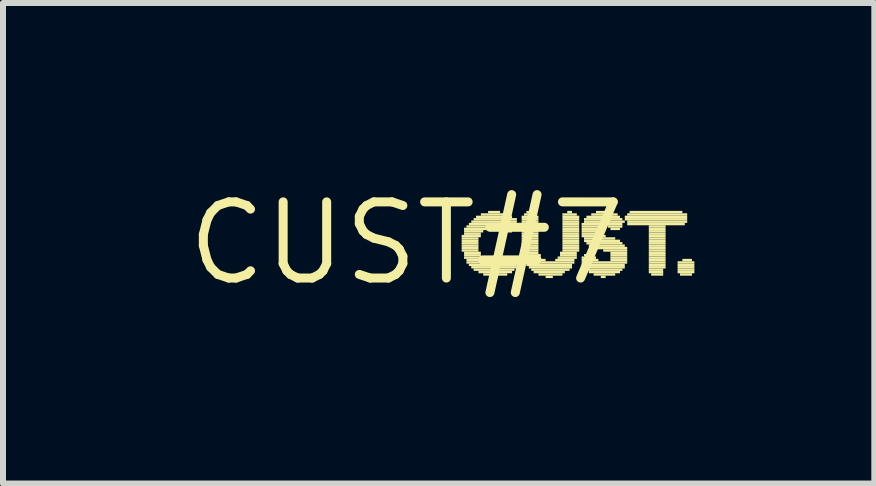
<source format=kicad_pcb>
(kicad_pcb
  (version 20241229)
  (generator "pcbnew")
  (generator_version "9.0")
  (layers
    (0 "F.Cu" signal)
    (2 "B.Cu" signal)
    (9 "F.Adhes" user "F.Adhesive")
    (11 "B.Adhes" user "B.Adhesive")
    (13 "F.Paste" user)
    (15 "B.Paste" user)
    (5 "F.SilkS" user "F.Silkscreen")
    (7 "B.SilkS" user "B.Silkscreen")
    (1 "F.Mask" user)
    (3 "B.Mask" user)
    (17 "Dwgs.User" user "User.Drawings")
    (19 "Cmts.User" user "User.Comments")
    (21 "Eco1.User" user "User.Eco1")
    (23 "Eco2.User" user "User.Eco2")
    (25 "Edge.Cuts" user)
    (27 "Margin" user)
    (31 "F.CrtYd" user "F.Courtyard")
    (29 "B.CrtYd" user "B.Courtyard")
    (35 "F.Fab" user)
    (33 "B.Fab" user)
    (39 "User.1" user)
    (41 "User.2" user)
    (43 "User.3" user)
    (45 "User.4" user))
  (footprint "CUST#7"
    (layer "F.Cu")
    (at 3.727 1.006)
    (property "Reference" "CUST#7" (at 0 0 0) (layer "F.SilkS") (effects (font (size 1.27 1.27) (thickness 0.15))))
    (fp_poly (pts (xy 0.92 -0.1) (xy 1.24 -0.1) (xy 1.24 -0.14) (xy 0.92 -0.14)) (stroke (width 0) (type solid)) (fill yes) (layer "F.SilkS"))
    (fp_poly (pts (xy 0.92 -0.06) (xy 1.2 -0.06) (xy 1.2 -0.1) (xy 0.92 -0.1)) (stroke (width 0) (type solid)) (fill yes) (layer "F.SilkS"))
    (fp_poly (pts (xy 0.92 -0.02) (xy 1.2 -0.02) (xy 1.2 -0.06) (xy 0.92 -0.06)) (stroke (width 0) (type solid)) (fill yes) (layer "F.SilkS"))
    (fp_poly (pts (xy 0.92 0.02) (xy 1.2 0.02) (xy 1.2 -0.02) (xy 0.92 -0.02)) (stroke (width 0) (type solid)) (fill yes) (layer "F.SilkS"))
    (fp_poly (pts (xy 0.92 0.06) (xy 1.2 0.06) (xy 1.2 0.02) (xy 0.92 0.02)) (stroke (width 0) (type solid)) (fill yes) (layer "F.SilkS"))
    (fp_poly (pts (xy 0.92 0.1) (xy 1.2 0.1) (xy 1.2 0.06) (xy 0.92 0.06)) (stroke (width 0) (type solid)) (fill yes) (layer "F.SilkS"))
    (fp_poly (pts (xy 0.92 0.14) (xy 1.2 0.14) (xy 1.2 0.1) (xy 0.92 0.1)) (stroke (width 0) (type solid)) (fill yes) (layer "F.SilkS"))
    (fp_poly (pts (xy 0.96 -0.22) (xy 1.36 -0.22) (xy 1.36 -0.26) (xy 0.96 -0.26)) (stroke (width 0) (type solid)) (fill yes) (layer "F.SilkS"))
    (fp_poly (pts (xy 0.96 -0.18) (xy 1.28 -0.18) (xy 1.28 -0.22) (xy 0.96 -0.22)) (stroke (width 0) (type solid)) (fill yes) (layer "F.SilkS"))
    (fp_poly (pts (xy 0.96 -0.14) (xy 1.24 -0.14) (xy 1.24 -0.18) (xy 0.96 -0.18)) (stroke (width 0) (type solid)) (fill yes) (layer "F.SilkS"))
    (fp_poly (pts (xy 0.96 0.18) (xy 1.24 0.18) (xy 1.24 0.14) (xy 0.96 0.14)) (stroke (width 0) (type solid)) (fill yes) (layer "F.SilkS"))
    (fp_poly (pts (xy 0.96 0.22) (xy 1.24 0.22) (xy 1.24 0.18) (xy 0.96 0.18)) (stroke (width 0) (type solid)) (fill yes) (layer "F.SilkS"))
    (fp_poly (pts (xy 0.96 0.26) (xy 1.32 0.26) (xy 1.32 0.22) (xy 0.96 0.22)) (stroke (width 0) (type solid)) (fill yes) (layer "F.SilkS"))
    (fp_poly (pts (xy 1 -0.26) (xy 1.84 -0.26) (xy 1.84 -0.3) (xy 1 -0.3)) (stroke (width 0) (type solid)) (fill yes) (layer "F.SilkS"))
    (fp_poly (pts (xy 1 0.3) (xy 1.4 0.3) (xy 1.4 0.26) (xy 1 0.26)) (stroke (width 0) (type solid)) (fill yes) (layer "F.SilkS"))
    (fp_poly (pts (xy 1 0.34) (xy 1.84 0.34) (xy 1.84 0.3) (xy 1 0.3)) (stroke (width 0) (type solid)) (fill yes) (layer "F.SilkS"))
    (fp_poly (pts (xy 1.04 -0.3) (xy 1.84 -0.3) (xy 1.84 -0.34) (xy 1.04 -0.34)) (stroke (width 0) (type solid)) (fill yes) (layer "F.SilkS"))
    (fp_poly (pts (xy 1.04 0.38) (xy 1.84 0.38) (xy 1.84 0.34) (xy 1.04 0.34)) (stroke (width 0) (type solid)) (fill yes) (layer "F.SilkS"))
    (fp_poly (pts (xy 1.08 -0.34) (xy 1.84 -0.34) (xy 1.84 -0.38) (xy 1.08 -0.38)) (stroke (width 0) (type solid)) (fill yes) (layer "F.SilkS"))
    (fp_poly (pts (xy 1.08 0.42) (xy 1.84 0.42) (xy 1.84 0.38) (xy 1.08 0.38)) (stroke (width 0) (type solid)) (fill yes) (layer "F.SilkS"))
    (fp_poly (pts (xy 1.12 -0.38) (xy 1.84 -0.38) (xy 1.84 -0.42) (xy 1.12 -0.42)) (stroke (width 0) (type solid)) (fill yes) (layer "F.SilkS"))
    (fp_poly (pts (xy 1.12 0.46) (xy 1.8 0.46) (xy 1.8 0.42) (xy 1.12 0.42)) (stroke (width 0) (type solid)) (fill yes) (layer "F.SilkS"))
    (fp_poly (pts (xy 1.16 -0.42) (xy 1.76 -0.42) (xy 1.76 -0.46) (xy 1.16 -0.46)) (stroke (width 0) (type solid)) (fill yes) (layer "F.SilkS"))
    (fp_poly (pts (xy 1.2 0.5) (xy 1.76 0.5) (xy 1.76 0.46) (xy 1.2 0.46)) (stroke (width 0) (type solid)) (fill yes) (layer "F.SilkS"))
    (fp_poly (pts (xy 1.24 -0.46) (xy 1.68 -0.46) (xy 1.68 -0.5) (xy 1.24 -0.5)) (stroke (width 0) (type solid)) (fill yes) (layer "F.SilkS"))
    (fp_poly (pts (xy 1.28 0.54) (xy 1.68 0.54) (xy 1.68 0.5) (xy 1.28 0.5)) (stroke (width 0) (type solid)) (fill yes) (layer "F.SilkS"))
    (fp_poly (pts (xy 1.36 -0.5) (xy 1.56 -0.5) (xy 1.56 -0.54) (xy 1.36 -0.54)) (stroke (width 0) (type solid)) (fill yes) (layer "F.SilkS"))
    (fp_poly (pts (xy 1.44 0.58) (xy 1.52 0.58) (xy 1.52 0.54) (xy 1.44 0.54)) (stroke (width 0) (type solid)) (fill yes) (layer "F.SilkS"))
    (fp_poly (pts (xy 1.56 0.3) (xy 1.8 0.3) (xy 1.8 0.26) (xy 1.56 0.26)) (stroke (width 0) (type solid)) (fill yes) (layer "F.SilkS"))
    (fp_poly (pts (xy 1.6 -0.22) (xy 1.8 -0.22) (xy 1.8 -0.26) (xy 1.6 -0.26)) (stroke (width 0) (type solid)) (fill yes) (layer "F.SilkS"))
    (fp_poly (pts (xy 1.64 -0.18) (xy 1.76 -0.18) (xy 1.76 -0.22) (xy 1.64 -0.22)) (stroke (width 0) (type solid)) (fill yes) (layer "F.SilkS"))
    (fp_poly (pts (xy 1.64 0.26) (xy 1.76 0.26) (xy 1.76 0.22) (xy 1.64 0.22)) (stroke (width 0) (type solid)) (fill yes) (layer "F.SilkS"))
    (fp_poly (pts (xy 1.92 -0.42) (xy 2.2 -0.42) (xy 2.2 -0.46) (xy 1.92 -0.46)) (stroke (width 0) (type solid)) (fill yes) (layer "F.SilkS"))
    (fp_poly (pts (xy 1.92 -0.38) (xy 2.2 -0.38) (xy 2.2 -0.42) (xy 1.92 -0.42)) (stroke (width 0) (type solid)) (fill yes) (layer "F.SilkS"))
    (fp_poly (pts (xy 1.92 -0.34) (xy 2.2 -0.34) (xy 2.2 -0.38) (xy 1.92 -0.38)) (stroke (width 0) (type solid)) (fill yes) (layer "F.SilkS"))
    (fp_poly (pts (xy 1.92 -0.3) (xy 2.2 -0.3) (xy 2.2 -0.34) (xy 1.92 -0.34)) (stroke (width 0) (type solid)) (fill yes) (layer "F.SilkS"))
    (fp_poly (pts (xy 1.92 -0.26) (xy 2.2 -0.26) (xy 2.2 -0.3) (xy 1.92 -0.3)) (stroke (width 0) (type solid)) (fill yes) (layer "F.SilkS"))
    (fp_poly (pts (xy 1.92 -0.22) (xy 2.2 -0.22) (xy 2.2 -0.26) (xy 1.92 -0.26)) (stroke (width 0) (type solid)) (fill yes) (layer "F.SilkS"))
    (fp_poly (pts (xy 1.92 -0.18) (xy 2.2 -0.18) (xy 2.2 -0.22) (xy 1.92 -0.22)) (stroke (width 0) (type solid)) (fill yes) (layer "F.SilkS"))
    (fp_poly (pts (xy 1.92 -0.14) (xy 2.2 -0.14) (xy 2.2 -0.18) (xy 1.92 -0.18)) (stroke (width 0) (type solid)) (fill yes) (layer "F.SilkS"))
    (fp_poly (pts (xy 1.92 -0.1) (xy 2.2 -0.1) (xy 2.2 -0.14) (xy 1.92 -0.14)) (stroke (width 0) (type solid)) (fill yes) (layer "F.SilkS"))
    (fp_poly (pts (xy 1.92 -0.06) (xy 2.2 -0.06) (xy 2.2 -0.1) (xy 1.92 -0.1)) (stroke (width 0) (type solid)) (fill yes) (layer "F.SilkS"))
    (fp_poly (pts (xy 1.92 -0.02) (xy 2.2 -0.02) (xy 2.2 -0.06) (xy 1.92 -0.06)) (stroke (width 0) (type solid)) (fill yes) (layer "F.SilkS"))
    (fp_poly (pts (xy 1.92 0.02) (xy 2.2 0.02) (xy 2.2 -0.02) (xy 1.92 -0.02)) (stroke (width 0) (type solid)) (fill yes) (layer "F.SilkS"))
    (fp_poly (pts (xy 1.92 0.06) (xy 2.2 0.06) (xy 2.2 0.02) (xy 1.92 0.02)) (stroke (width 0) (type solid)) (fill yes) (layer "F.SilkS"))
    (fp_poly (pts (xy 1.92 0.1) (xy 2.2 0.1) (xy 2.2 0.06) (xy 1.92 0.06)) (stroke (width 0) (type solid)) (fill yes) (layer "F.SilkS"))
    (fp_poly (pts (xy 1.92 0.14) (xy 2.2 0.14) (xy 2.2 0.1) (xy 1.92 0.1)) (stroke (width 0) (type solid)) (fill yes) (layer "F.SilkS"))
    (fp_poly (pts (xy 1.92 0.18) (xy 2.2 0.18) (xy 2.2 0.14) (xy 1.92 0.14)) (stroke (width 0) (type solid)) (fill yes) (layer "F.SilkS"))
    (fp_poly (pts (xy 1.96 -0.46) (xy 2.16 -0.46) (xy 2.16 -0.5) (xy 1.96 -0.5)) (stroke (width 0) (type solid)) (fill yes) (layer "F.SilkS"))
    (fp_poly (pts (xy 1.96 0.22) (xy 2.24 0.22) (xy 2.24 0.18) (xy 1.96 0.18)) (stroke (width 0) (type solid)) (fill yes) (layer "F.SilkS"))
    (fp_poly (pts (xy 1.96 0.26) (xy 2.24 0.26) (xy 2.24 0.22) (xy 1.96 0.22)) (stroke (width 0) (type solid)) (fill yes) (layer "F.SilkS"))
    (fp_poly (pts (xy 1.96 0.3) (xy 2.32 0.3) (xy 2.32 0.26) (xy 1.96 0.26)) (stroke (width 0) (type solid)) (fill yes) (layer "F.SilkS"))
    (fp_poly (pts (xy 2 -0.5) (xy 2.12 -0.5) (xy 2.12 -0.54) (xy 2 -0.54)) (stroke (width 0) (type solid)) (fill yes) (layer "F.SilkS"))
    (fp_poly (pts (xy 2 0.34) (xy 2.8 0.34) (xy 2.8 0.3) (xy 2 0.3)) (stroke (width 0) (type solid)) (fill yes) (layer "F.SilkS"))
    (fp_poly (pts (xy 2 0.38) (xy 2.76 0.38) (xy 2.76 0.34) (xy 2 0.34)) (stroke (width 0) (type solid)) (fill yes) (layer "F.SilkS"))
    (fp_poly (pts (xy 2.04 0.42) (xy 2.76 0.42) (xy 2.76 0.38) (xy 2.04 0.38)) (stroke (width 0) (type solid)) (fill yes) (layer "F.SilkS"))
    (fp_poly (pts (xy 2.08 0.46) (xy 2.72 0.46) (xy 2.72 0.42) (xy 2.08 0.42)) (stroke (width 0) (type solid)) (fill yes) (layer "F.SilkS"))
    (fp_poly (pts (xy 2.12 0.5) (xy 2.64 0.5) (xy 2.64 0.46) (xy 2.12 0.46)) (stroke (width 0) (type solid)) (fill yes) (layer "F.SilkS"))
    (fp_poly (pts (xy 2.2 0.54) (xy 2.6 0.54) (xy 2.6 0.5) (xy 2.2 0.5)) (stroke (width 0) (type solid)) (fill yes) (layer "F.SilkS"))
    (fp_poly (pts (xy 2.32 0.58) (xy 2.44 0.58) (xy 2.44 0.54) (xy 2.32 0.54)) (stroke (width 0) (type solid)) (fill yes) (layer "F.SilkS"))
    (fp_poly (pts (xy 2.48 0.3) (xy 2.8 0.3) (xy 2.8 0.26) (xy 2.48 0.26)) (stroke (width 0) (type solid)) (fill yes) (layer "F.SilkS"))
    (fp_poly (pts (xy 2.52 0.26) (xy 2.84 0.26) (xy 2.84 0.22) (xy 2.52 0.22)) (stroke (width 0) (type solid)) (fill yes) (layer "F.SilkS"))
    (fp_poly (pts (xy 2.56 0.18) (xy 2.84 0.18) (xy 2.84 0.14) (xy 2.56 0.14)) (stroke (width 0) (type solid)) (fill yes) (layer "F.SilkS"))
    (fp_poly (pts (xy 2.56 0.22) (xy 2.84 0.22) (xy 2.84 0.18) (xy 2.56 0.18)) (stroke (width 0) (type solid)) (fill yes) (layer "F.SilkS"))
    (fp_poly (pts (xy 2.6 -0.46) (xy 2.84 -0.46) (xy 2.84 -0.5) (xy 2.6 -0.5)) (stroke (width 0) (type solid)) (fill yes) (layer "F.SilkS"))
    (fp_poly (pts (xy 2.6 -0.42) (xy 2.88 -0.42) (xy 2.88 -0.46) (xy 2.6 -0.46)) (stroke (width 0) (type solid)) (fill yes) (layer "F.SilkS"))
    (fp_poly (pts (xy 2.6 -0.38) (xy 2.88 -0.38) (xy 2.88 -0.42) (xy 2.6 -0.42)) (stroke (width 0) (type solid)) (fill yes) (layer "F.SilkS"))
    (fp_poly (pts (xy 2.6 -0.34) (xy 2.88 -0.34) (xy 2.88 -0.38) (xy 2.6 -0.38)) (stroke (width 0) (type solid)) (fill yes) (layer "F.SilkS"))
    (fp_poly (pts (xy 2.6 -0.3) (xy 2.88 -0.3) (xy 2.88 -0.34) (xy 2.6 -0.34)) (stroke (width 0) (type solid)) (fill yes) (layer "F.SilkS"))
    (fp_poly (pts (xy 2.6 -0.26) (xy 2.88 -0.26) (xy 2.88 -0.3) (xy 2.6 -0.3)) (stroke (width 0) (type solid)) (fill yes) (layer "F.SilkS"))
    (fp_poly (pts (xy 2.6 -0.22) (xy 2.88 -0.22) (xy 2.88 -0.26) (xy 2.6 -0.26)) (stroke (width 0) (type solid)) (fill yes) (layer "F.SilkS"))
    (fp_poly (pts (xy 2.6 -0.18) (xy 2.88 -0.18) (xy 2.88 -0.22) (xy 2.6 -0.22)) (stroke (width 0) (type solid)) (fill yes) (layer "F.SilkS"))
    (fp_poly (pts (xy 2.6 -0.14) (xy 2.88 -0.14) (xy 2.88 -0.18) (xy 2.6 -0.18)) (stroke (width 0) (type solid)) (fill yes) (layer "F.SilkS"))
    (fp_poly (pts (xy 2.6 -0.1) (xy 2.88 -0.1) (xy 2.88 -0.14) (xy 2.6 -0.14)) (stroke (width 0) (type solid)) (fill yes) (layer "F.SilkS"))
    (fp_poly (pts (xy 2.6 -0.06) (xy 2.88 -0.06) (xy 2.88 -0.1) (xy 2.6 -0.1)) (stroke (width 0) (type solid)) (fill yes) (layer "F.SilkS"))
    (fp_poly (pts (xy 2.6 -0.02) (xy 2.88 -0.02) (xy 2.88 -0.06) (xy 2.6 -0.06)) (stroke (width 0) (type solid)) (fill yes) (layer "F.SilkS"))
    (fp_poly (pts (xy 2.6 0.02) (xy 2.88 0.02) (xy 2.88 -0.02) (xy 2.6 -0.02)) (stroke (width 0) (type solid)) (fill yes) (layer "F.SilkS"))
    (fp_poly (pts (xy 2.6 0.06) (xy 2.88 0.06) (xy 2.88 0.02) (xy 2.6 0.02)) (stroke (width 0) (type solid)) (fill yes) (layer "F.SilkS"))
    (fp_poly (pts (xy 2.6 0.1) (xy 2.88 0.1) (xy 2.88 0.06) (xy 2.6 0.06)) (stroke (width 0) (type solid)) (fill yes) (layer "F.SilkS"))
    (fp_poly (pts (xy 2.6 0.14) (xy 2.88 0.14) (xy 2.88 0.1) (xy 2.6 0.1)) (stroke (width 0) (type solid)) (fill yes) (layer "F.SilkS"))
    (fp_poly (pts (xy 2.68 -0.5) (xy 2.76 -0.5) (xy 2.76 -0.54) (xy 2.68 -0.54)) (stroke (width 0) (type solid)) (fill yes) (layer "F.SilkS"))
    (fp_poly (pts (xy 2.92 -0.3) (xy 3.6 -0.3) (xy 3.6 -0.34) (xy 2.92 -0.34)) (stroke (width 0) (type solid)) (fill yes) (layer "F.SilkS"))
    (fp_poly (pts (xy 2.92 -0.26) (xy 3.24 -0.26) (xy 3.24 -0.3) (xy 2.92 -0.3)) (stroke (width 0) (type solid)) (fill yes) (layer "F.SilkS"))
    (fp_poly (pts (xy 2.92 -0.22) (xy 3.2 -0.22) (xy 3.2 -0.26) (xy 2.92 -0.26)) (stroke (width 0) (type solid)) (fill yes) (layer "F.SilkS"))
    (fp_poly (pts (xy 2.92 -0.18) (xy 3.2 -0.18) (xy 3.2 -0.22) (xy 2.92 -0.22)) (stroke (width 0) (type solid)) (fill yes) (layer "F.SilkS"))
    (fp_poly (pts (xy 2.92 -0.14) (xy 3.2 -0.14) (xy 3.2 -0.18) (xy 2.92 -0.18)) (stroke (width 0) (type solid)) (fill yes) (layer "F.SilkS"))
    (fp_poly (pts (xy 2.92 -0.1) (xy 3.32 -0.1) (xy 3.32 -0.14) (xy 2.92 -0.14)) (stroke (width 0) (type solid)) (fill yes) (layer "F.SilkS"))
    (fp_poly (pts (xy 2.92 0.26) (xy 3.16 0.26) (xy 3.16 0.22) (xy 2.92 0.22)) (stroke (width 0) (type solid)) (fill yes) (layer "F.SilkS"))
    (fp_poly (pts (xy 2.92 0.3) (xy 3.2 0.3) (xy 3.2 0.26) (xy 2.92 0.26)) (stroke (width 0) (type solid)) (fill yes) (layer "F.SilkS"))
    (fp_poly (pts (xy 2.92 0.34) (xy 3.68 0.34) (xy 3.68 0.3) (xy 2.92 0.3)) (stroke (width 0) (type solid)) (fill yes) (layer "F.SilkS"))
    (fp_poly (pts (xy 2.92 0.38) (xy 3.64 0.38) (xy 3.64 0.34) (xy 2.92 0.34)) (stroke (width 0) (type solid)) (fill yes) (layer "F.SilkS"))
    (fp_poly (pts (xy 2.96 -0.38) (xy 3.6 -0.38) (xy 3.6 -0.42) (xy 2.96 -0.42)) (stroke (width 0) (type solid)) (fill yes) (layer "F.SilkS"))
    (fp_poly (pts (xy 2.96 -0.34) (xy 3.64 -0.34) (xy 3.64 -0.38) (xy 2.96 -0.38)) (stroke (width 0) (type solid)) (fill yes) (layer "F.SilkS"))
    (fp_poly (pts (xy 2.96 -0.06) (xy 3.48 -0.06) (xy 3.48 -0.1) (xy 2.96 -0.1)) (stroke (width 0) (type solid)) (fill yes) (layer "F.SilkS"))
    (fp_poly (pts (xy 2.96 -0.02) (xy 3.56 -0.02) (xy 3.56 -0.06) (xy 2.96 -0.06)) (stroke (width 0) (type solid)) (fill yes) (layer "F.SilkS"))
    (fp_poly (pts (xy 2.96 0.22) (xy 3.12 0.22) (xy 3.12 0.18) (xy 2.96 0.18)) (stroke (width 0) (type solid)) (fill yes) (layer "F.SilkS"))
    (fp_poly (pts (xy 2.96 0.42) (xy 3.64 0.42) (xy 3.64 0.38) (xy 2.96 0.38)) (stroke (width 0) (type solid)) (fill yes) (layer "F.SilkS"))
    (fp_poly (pts (xy 3 -0.42) (xy 3.56 -0.42) (xy 3.56 -0.46) (xy 3 -0.46)) (stroke (width 0) (type solid)) (fill yes) (layer "F.SilkS"))
    (fp_poly (pts (xy 3 0.02) (xy 3.6 0.02) (xy 3.6 -0.02) (xy 3 -0.02)) (stroke (width 0) (type solid)) (fill yes) (layer "F.SilkS"))
    (fp_poly (pts (xy 3 0.46) (xy 3.6 0.46) (xy 3.6 0.42) (xy 3 0.42)) (stroke (width 0) (type solid)) (fill yes) (layer "F.SilkS"))
    (fp_poly (pts (xy 3.04 0.06) (xy 3.64 0.06) (xy 3.64 0.02) (xy 3.04 0.02)) (stroke (width 0) (type solid)) (fill yes) (layer "F.SilkS"))
    (fp_poly (pts (xy 3.04 0.5) (xy 3.56 0.5) (xy 3.56 0.46) (xy 3.04 0.46)) (stroke (width 0) (type solid)) (fill yes) (layer "F.SilkS"))
    (fp_poly (pts (xy 3.08 -0.46) (xy 3.52 -0.46) (xy 3.52 -0.5) (xy 3.08 -0.5)) (stroke (width 0) (type solid)) (fill yes) (layer "F.SilkS"))
    (fp_poly (pts (xy 3.12 0.1) (xy 3.68 0.1) (xy 3.68 0.06) (xy 3.12 0.06)) (stroke (width 0) (type solid)) (fill yes) (layer "F.SilkS"))
    (fp_poly (pts (xy 3.12 0.54) (xy 3.48 0.54) (xy 3.48 0.5) (xy 3.12 0.5)) (stroke (width 0) (type solid)) (fill yes) (layer "F.SilkS"))
    (fp_poly (pts (xy 3.16 -0.5) (xy 3.44 -0.5) (xy 3.44 -0.54) (xy 3.16 -0.54)) (stroke (width 0) (type solid)) (fill yes) (layer "F.SilkS"))
    (fp_poly (pts (xy 3.24 0.58) (xy 3.32 0.58) (xy 3.32 0.54) (xy 3.24 0.54)) (stroke (width 0) (type solid)) (fill yes) (layer "F.SilkS"))
    (fp_poly (pts (xy 3.28 0.14) (xy 3.68 0.14) (xy 3.68 0.1) (xy 3.28 0.1)) (stroke (width 0) (type solid)) (fill yes) (layer "F.SilkS"))
    (fp_poly (pts (xy 3.36 -0.26) (xy 3.6 -0.26) (xy 3.6 -0.3) (xy 3.36 -0.3)) (stroke (width 0) (type solid)) (fill yes) (layer "F.SilkS"))
    (fp_poly (pts (xy 3.4 -0.22) (xy 3.56 -0.22) (xy 3.56 -0.26) (xy 3.4 -0.26)) (stroke (width 0) (type solid)) (fill yes) (layer "F.SilkS"))
    (fp_poly (pts (xy 3.4 0.18) (xy 3.68 0.18) (xy 3.68 0.14) (xy 3.4 0.14)) (stroke (width 0) (type solid)) (fill yes) (layer "F.SilkS"))
    (fp_poly (pts (xy 3.4 0.22) (xy 3.68 0.22) (xy 3.68 0.18) (xy 3.4 0.18)) (stroke (width 0) (type solid)) (fill yes) (layer "F.SilkS"))
    (fp_poly (pts (xy 3.4 0.26) (xy 3.68 0.26) (xy 3.68 0.22) (xy 3.4 0.22)) (stroke (width 0) (type solid)) (fill yes) (layer "F.SilkS"))
    (fp_poly (pts (xy 3.4 0.3) (xy 3.68 0.3) (xy 3.68 0.26) (xy 3.4 0.26)) (stroke (width 0) (type solid)) (fill yes) (layer "F.SilkS"))
    (fp_poly (pts (xy 3.64 -0.42) (xy 4.68 -0.42) (xy 4.68 -0.46) (xy 3.64 -0.46)) (stroke (width 0) (type solid)) (fill yes) (layer "F.SilkS"))
    (fp_poly (pts (xy 3.64 -0.38) (xy 4.68 -0.38) (xy 4.68 -0.42) (xy 3.64 -0.42)) (stroke (width 0) (type solid)) (fill yes) (layer "F.SilkS"))
    (fp_poly (pts (xy 3.68 -0.46) (xy 4.68 -0.46) (xy 4.68 -0.5) (xy 3.68 -0.5)) (stroke (width 0) (type solid)) (fill yes) (layer "F.SilkS"))
    (fp_poly (pts (xy 3.68 -0.34) (xy 4.68 -0.34) (xy 4.68 -0.38) (xy 3.68 -0.38)) (stroke (width 0) (type solid)) (fill yes) (layer "F.SilkS"))
    (fp_poly (pts (xy 3.68 -0.3) (xy 4.64 -0.3) (xy 4.64 -0.34) (xy 3.68 -0.34)) (stroke (width 0) (type solid)) (fill yes) (layer "F.SilkS"))
    (fp_poly (pts (xy 3.72 -0.5) (xy 4.6 -0.5) (xy 4.6 -0.54) (xy 3.72 -0.54)) (stroke (width 0) (type solid)) (fill yes) (layer "F.SilkS"))
    (fp_poly (pts (xy 4.04 -0.26) (xy 4.32 -0.26) (xy 4.32 -0.3) (xy 4.04 -0.3)) (stroke (width 0) (type solid)) (fill yes) (layer "F.SilkS"))
    (fp_poly (pts (xy 4.04 -0.22) (xy 4.32 -0.22) (xy 4.32 -0.26) (xy 4.04 -0.26)) (stroke (width 0) (type solid)) (fill yes) (layer "F.SilkS"))
    (fp_poly (pts (xy 4.04 -0.18) (xy 4.32 -0.18) (xy 4.32 -0.22) (xy 4.04 -0.22)) (stroke (width 0) (type solid)) (fill yes) (layer "F.SilkS"))
    (fp_poly (pts (xy 4.04 -0.14) (xy 4.32 -0.14) (xy 4.32 -0.18) (xy 4.04 -0.18)) (stroke (width 0) (type solid)) (fill yes) (layer "F.SilkS"))
    (fp_poly (pts (xy 4.04 -0.1) (xy 4.32 -0.1) (xy 4.32 -0.14) (xy 4.04 -0.14)) (stroke (width 0) (type solid)) (fill yes) (layer "F.SilkS"))
    (fp_poly (pts (xy 4.04 -0.06) (xy 4.32 -0.06) (xy 4.32 -0.1) (xy 4.04 -0.1)) (stroke (width 0) (type solid)) (fill yes) (layer "F.SilkS"))
    (fp_poly (pts (xy 4.04 -0.02) (xy 4.32 -0.02) (xy 4.32 -0.06) (xy 4.04 -0.06)) (stroke (width 0) (type solid)) (fill yes) (layer "F.SilkS"))
    (fp_poly (pts (xy 4.04 0.02) (xy 4.32 0.02) (xy 4.32 -0.02) (xy 4.04 -0.02)) (stroke (width 0) (type solid)) (fill yes) (layer "F.SilkS"))
    (fp_poly (pts (xy 4.04 0.06) (xy 4.32 0.06) (xy 4.32 0.02) (xy 4.04 0.02)) (stroke (width 0) (type solid)) (fill yes) (layer "F.SilkS"))
    (fp_poly (pts (xy 4.04 0.1) (xy 4.32 0.1) (xy 4.32 0.06) (xy 4.04 0.06)) (stroke (width 0) (type solid)) (fill yes) (layer "F.SilkS"))
    (fp_poly (pts (xy 4.04 0.14) (xy 4.32 0.14) (xy 4.32 0.1) (xy 4.04 0.1)) (stroke (width 0) (type solid)) (fill yes) (layer "F.SilkS"))
    (fp_poly (pts (xy 4.04 0.18) (xy 4.32 0.18) (xy 4.32 0.14) (xy 4.04 0.14)) (stroke (width 0) (type solid)) (fill yes) (layer "F.SilkS"))
    (fp_poly (pts (xy 4.04 0.22) (xy 4.32 0.22) (xy 4.32 0.18) (xy 4.04 0.18)) (stroke (width 0) (type solid)) (fill yes) (layer "F.SilkS"))
    (fp_poly (pts (xy 4.04 0.26) (xy 4.32 0.26) (xy 4.32 0.22) (xy 4.04 0.22)) (stroke (width 0) (type solid)) (fill yes) (layer "F.SilkS"))
    (fp_poly (pts (xy 4.04 0.3) (xy 4.32 0.3) (xy 4.32 0.26) (xy 4.04 0.26)) (stroke (width 0) (type solid)) (fill yes) (layer "F.SilkS"))
    (fp_poly (pts (xy 4.04 0.34) (xy 4.32 0.34) (xy 4.32 0.3) (xy 4.04 0.3)) (stroke (width 0) (type solid)) (fill yes) (layer "F.SilkS"))
    (fp_poly (pts (xy 4.04 0.38) (xy 4.32 0.38) (xy 4.32 0.34) (xy 4.04 0.34)) (stroke (width 0) (type solid)) (fill yes) (layer "F.SilkS"))
    (fp_poly (pts (xy 4.04 0.42) (xy 4.32 0.42) (xy 4.32 0.38) (xy 4.04 0.38)) (stroke (width 0) (type solid)) (fill yes) (layer "F.SilkS"))
    (fp_poly (pts (xy 4.04 0.46) (xy 4.28 0.46) (xy 4.28 0.42) (xy 4.04 0.42)) (stroke (width 0) (type solid)) (fill yes) (layer "F.SilkS"))
    (fp_poly (pts (xy 4.04 0.5) (xy 4.28 0.5) (xy 4.28 0.46) (xy 4.04 0.46)) (stroke (width 0) (type solid)) (fill yes) (layer "F.SilkS"))
    (fp_poly (pts (xy 4.08 0.54) (xy 4.28 0.54) (xy 4.28 0.5) (xy 4.08 0.5)) (stroke (width 0) (type solid)) (fill yes) (layer "F.SilkS"))
    (fp_poly (pts (xy 4.52 0.34) (xy 4.8 0.34) (xy 4.8 0.3) (xy 4.52 0.3)) (stroke (width 0) (type solid)) (fill yes) (layer "F.SilkS"))
    (fp_poly (pts (xy 4.52 0.38) (xy 4.8 0.38) (xy 4.8 0.34) (xy 4.52 0.34)) (stroke (width 0) (type solid)) (fill yes) (layer "F.SilkS"))
    (fp_poly (pts (xy 4.52 0.42) (xy 4.8 0.42) (xy 4.8 0.38) (xy 4.52 0.38)) (stroke (width 0) (type solid)) (fill yes) (layer "F.SilkS"))
    (fp_poly (pts (xy 4.52 0.46) (xy 4.8 0.46) (xy 4.8 0.42) (xy 4.52 0.42)) (stroke (width 0) (type solid)) (fill yes) (layer "F.SilkS"))
    (fp_poly (pts (xy 4.52 0.5) (xy 4.8 0.5) (xy 4.8 0.46) (xy 4.52 0.46)) (stroke (width 0) (type solid)) (fill yes) (layer "F.SilkS"))
    (fp_poly (pts (xy 4.56 0.54) (xy 4.76 0.54) (xy 4.76 0.5) (xy 4.56 0.5)) (stroke (width 0) (type solid)) (fill yes) (layer "F.SilkS"))
    (fp_poly (pts (xy 4.6 0.3) (xy 4.76 0.3) (xy 4.76 0.26) (xy 4.6 0.26)) (stroke (width 0) (type solid)) (fill yes) (layer "F.SilkS")))
  (gr_rect
    (start -3 -3)
    (end 11.527 5.012)
    (stroke (width 0.1) (type default))
    (fill no)
    (layer "Edge.Cuts")))
</source>
